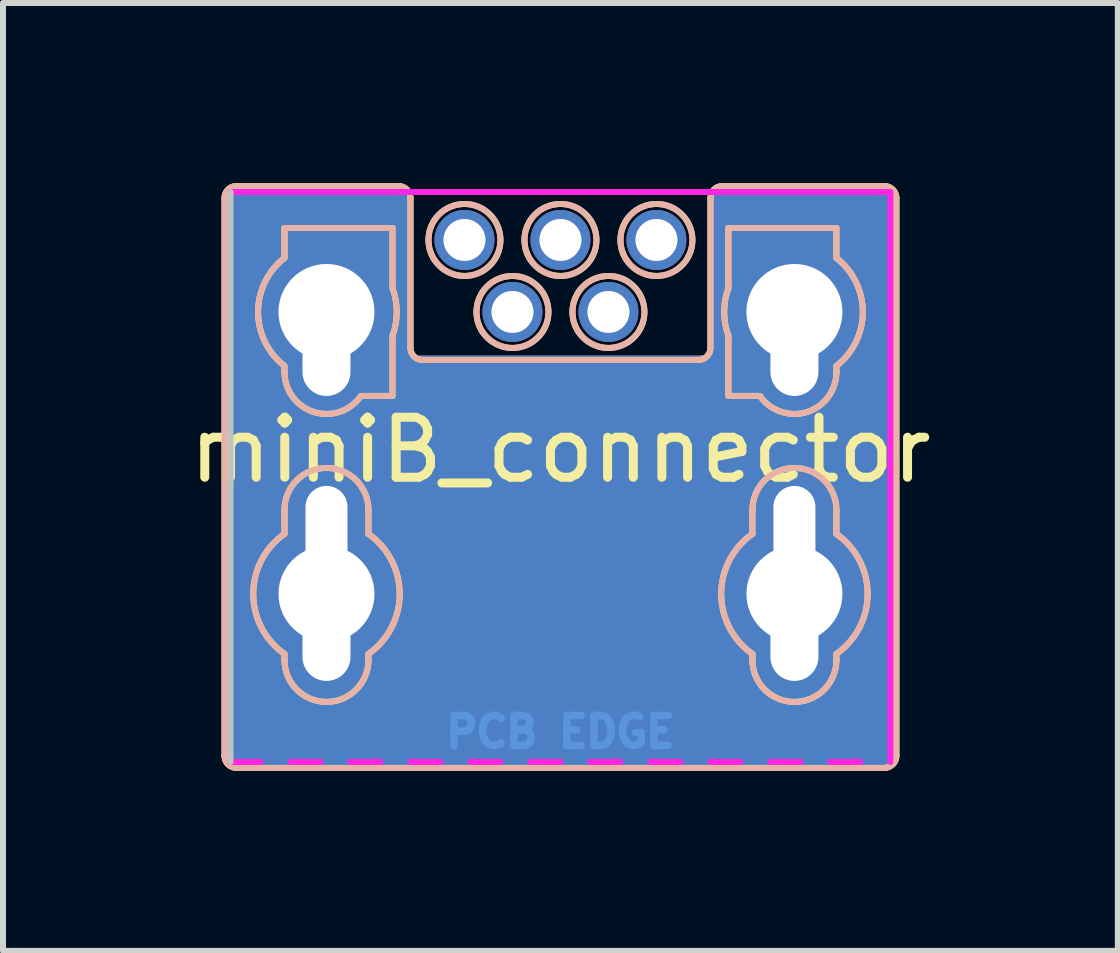
<source format=kicad_pcb>
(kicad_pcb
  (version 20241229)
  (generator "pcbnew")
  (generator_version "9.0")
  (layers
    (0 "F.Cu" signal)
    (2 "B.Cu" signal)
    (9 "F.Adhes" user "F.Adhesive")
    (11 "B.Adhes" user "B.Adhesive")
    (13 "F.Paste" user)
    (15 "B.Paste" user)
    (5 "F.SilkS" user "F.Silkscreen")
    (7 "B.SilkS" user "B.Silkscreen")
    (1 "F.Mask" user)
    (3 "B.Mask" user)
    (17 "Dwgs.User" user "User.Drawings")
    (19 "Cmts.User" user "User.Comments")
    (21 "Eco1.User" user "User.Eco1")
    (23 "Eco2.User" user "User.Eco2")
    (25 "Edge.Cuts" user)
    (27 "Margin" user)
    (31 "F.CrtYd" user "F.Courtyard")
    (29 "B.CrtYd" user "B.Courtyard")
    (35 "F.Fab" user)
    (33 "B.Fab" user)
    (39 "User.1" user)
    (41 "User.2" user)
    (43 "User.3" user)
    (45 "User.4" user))
  (footprint "miniB_connector"
    (layer "F.Cu")
    (at 6.292 2.15)
    (property "Reference" "miniB_connector" (at 0 2.3 0) (layer "F.SilkS") (effects (font (size 1 1) (thickness 0.15))))
    (attr through_hole)
    (fp_poly (pts (xy -5.5 -2) (xy -2.6 -2) (xy -2.6 0.8) (xy 2.6 0.8) (xy 2.6 -1.9) (xy 2.6 -2) (xy 5.5 -2) (xy 5.5 7.5) (xy -5.5 7.5)) (stroke (width 0.15) (type solid)) (fill yes) (layer "F.Cu"))
    (fp_poly (pts (xy -5.5 -2) (xy -2.6 -2) (xy -2.6 0.8) (xy 2.6 0.8) (xy 2.6 -1.9) (xy 2.6 -2) (xy 5.5 -2) (xy 5.5 7.5) (xy -5.5 7.5)) (stroke (width 0.15) (type solid)) (fill yes) (layer "B.Cu"))
    (fp_line (start -5.6 -1.9) (end -5.6 7.4) (stroke (width 0.1) (type solid)) (layer "F.SilkS"))
    (fp_line (start -5.4 7.6) (end 5.4 7.6) (stroke (width 0.1) (type solid)) (layer "F.SilkS"))
    (fp_line (start -4.6 -1.4) (end -2.8 -1.4) (stroke (width 0.1) (type solid)) (layer "F.SilkS"))
    (fp_line (start -4.6 -0.9) (end -4.6 -1.4) (stroke (width 0.1) (type solid)) (layer "F.SilkS"))
    (fp_line (start -4.6 0.9) (end -4.6 1) (stroke (width 0.1) (type solid)) (layer "F.SilkS"))
    (fp_line (start -4.6 3.3) (end -4.6 3.7) (stroke (width 0.1) (type solid)) (layer "F.SilkS"))
    (fp_line (start -4.6 5.8) (end -4.6 5.7) (stroke (width 0.1) (type solid)) (layer "F.SilkS"))
    (fp_line (start -3.32 1.4) (end -2.8 1.4) (stroke (width 0.1) (type solid)) (layer "F.SilkS"))
    (fp_line (start -3.2 3.3) (end -3.2 3.7) (stroke (width 0.1) (type solid)) (layer "F.SilkS"))
    (fp_line (start -3.2 5.8) (end -3.2 5.7) (stroke (width 0.1) (type solid)) (layer "F.SilkS"))
    (fp_line (start -2.8 -1.4) (end -2.8 -0.4) (stroke (width 0.1) (type solid)) (layer "F.SilkS"))
    (fp_line (start -2.8 0.4) (end -2.8 1.4) (stroke (width 0.1) (type solid)) (layer "F.SilkS"))
    (fp_line (start -2.7 -2.1) (end -5.4 -2.1) (stroke (width 0.1) (type solid)) (layer "F.SilkS"))
    (fp_line (start -2.5 0.6) (end -2.5 -1.9) (stroke (width 0.1) (type solid)) (layer "F.SilkS"))
    (fp_line (start 2.3 0.8) (end -2.3 0.8) (stroke (width 0.1) (type solid)) (layer "F.SilkS"))
    (fp_line (start 2.5 -1.9) (end 2.5 0.6) (stroke (width 0.1) (type solid)) (layer "F.SilkS"))
    (fp_line (start 2.8 -1.4) (end 2.8 -0.4) (stroke (width 0.1) (type solid)) (layer "F.SilkS"))
    (fp_line (start 2.8 0.4) (end 2.8 1.4) (stroke (width 0.1) (type solid)) (layer "F.SilkS"))
    (fp_line (start 3.2 3.3) (end 3.2 3.7) (stroke (width 0.1) (type solid)) (layer "F.SilkS"))
    (fp_line (start 3.2 5.8) (end 3.2 5.7) (stroke (width 0.1) (type solid)) (layer "F.SilkS"))
    (fp_line (start 3.32 1.4) (end 2.8 1.4) (stroke (width 0.1) (type solid)) (layer "F.SilkS"))
    (fp_line (start 4.6 -1.4) (end 2.8 -1.4) (stroke (width 0.1) (type solid)) (layer "F.SilkS"))
    (fp_line (start 4.6 -0.9) (end 4.6 -1.4) (stroke (width 0.1) (type solid)) (layer "F.SilkS"))
    (fp_line (start 4.6 0.9) (end 4.6 1) (stroke (width 0.1) (type solid)) (layer "F.SilkS"))
    (fp_line (start 4.6 3.3) (end 4.6 3.7) (stroke (width 0.1) (type solid)) (layer "F.SilkS"))
    (fp_line (start 4.6 5.8) (end 4.6 5.7) (stroke (width 0.1) (type solid)) (layer "F.SilkS"))
    (fp_line (start 5.4 -2.1) (end 2.7 -2.1) (stroke (width 0.1) (type solid)) (layer "F.SilkS"))
    (fp_line (start 5.6 7.4) (end 5.6 -1.9) (stroke (width 0.1) (type solid)) (layer "F.SilkS"))
    (fp_arc (start -5.6 -1.9) (mid -5.541421 -2.041421) (end -5.4 -2.1) (stroke (width 0.1) (type solid)) (layer "F.SilkS"))
    (fp_arc (start -5.4 7.6) (mid -5.541421 7.541421) (end -5.6 7.4) (stroke (width 0.1) (type solid)) (layer "F.SilkS"))
    (fp_arc (start -4.60392 0.896936) (mid -5.040172 -0.002488) (end -4.599999 -0.899999) (stroke (width 0.1) (type solid)) (layer "F.SilkS"))
    (fp_arc (start -4.600279 5.699804) (mid -5.120655 4.69983) (end -4.6 3.700001) (stroke (width 0.1) (type solid)) (layer "F.SilkS"))
    (fp_arc (start -4.6 3.3) (mid -3.9 2.6) (end -3.2 3.3) (stroke (width 0.1) (type solid)) (layer "F.SilkS"))
    (fp_arc (start -3.326594 1.401504) (mid -4.110494 1.667602) (end -4.6 1) (stroke (width 0.1) (type solid)) (layer "F.SilkS"))
    (fp_arc (start -3.200001 3.700001) (mid -2.679346 4.69983) (end -3.199722 5.699804) (stroke (width 0.1) (type solid)) (layer "F.SilkS"))
    (fp_arc (start -3.2 5.8) (mid -3.9 6.5) (end -4.6 5.8) (stroke (width 0.1) (type solid)) (layer "F.SilkS"))
    (fp_arc (start -2.800001 -0.4) (mid -2.729531 0) (end -2.800001 0.399999) (stroke (width 0.1) (type solid)) (layer "F.SilkS"))
    (fp_arc (start -2.7 -2.1) (mid -2.558579 -2.041421) (end -2.5 -1.9) (stroke (width 0.1) (type solid)) (layer "F.SilkS"))
    (fp_arc (start -2.3 0.8) (mid -2.441421 0.741421) (end -2.5 0.6) (stroke (width 0.1) (type solid)) (layer "F.SilkS"))
    (fp_arc (start 2.5 -1.9) (mid 2.558579 -2.041421) (end 2.7 -2.1) (stroke (width 0.1) (type solid)) (layer "F.SilkS"))
    (fp_arc (start 2.5 0.6) (mid 2.441421 0.741421) (end 2.3 0.8) (stroke (width 0.1) (type solid)) (layer "F.SilkS"))
    (fp_arc (start 2.800001 0.399999) (mid 2.729531 -0.000346) (end 2.800237 -0.400649) (stroke (width 0.1) (type solid)) (layer "F.SilkS"))
    (fp_arc (start 3.199722 5.699803) (mid 2.679346 4.699829) (end 3.200001 3.7) (stroke (width 0.1) (type solid)) (layer "F.SilkS"))
    (fp_arc (start 3.2 3.3) (mid 3.9 2.6) (end 4.6 3.3) (stroke (width 0.1) (type solid)) (layer "F.SilkS"))
    (fp_arc (start 4.599999 -0.899999) (mid 5.040171 -0.002488) (end 4.60392 0.896936) (stroke (width 0.1) (type solid)) (layer "F.SilkS"))
    (fp_arc (start 4.6 1) (mid 4.110494 1.667602) (end 3.326594 1.401504) (stroke (width 0.1) (type solid)) (layer "F.SilkS"))
    (fp_arc (start 4.6 3.7) (mid 5.120655 4.699829) (end 4.600279 5.699803) (stroke (width 0.1) (type solid)) (layer "F.SilkS"))
    (fp_arc (start 4.6 5.8) (mid 3.9 6.5) (end 3.2 5.8) (stroke (width 0.1) (type solid)) (layer "F.SilkS"))
    (fp_arc (start 5.4 -2.1) (mid 5.541421 -2.041421) (end 5.6 -1.9) (stroke (width 0.1) (type solid)) (layer "F.SilkS"))
    (fp_arc (start 5.6 7.4) (mid 5.541421 7.541421) (end 5.4 7.6) (stroke (width 0.1) (type solid)) (layer "F.SilkS"))
    (fp_circle (center -1.6 -1.2) (end -1 -1.2) (stroke (width 0.1) (type solid)) (fill no) (layer "F.SilkS"))
    (fp_circle (center -0.8 0) (end -0.2 0) (stroke (width 0.1) (type solid)) (fill no) (layer "F.SilkS"))
    (fp_circle (center 0 -1.2) (end 0.6 -1.2) (stroke (width 0.1) (type solid)) (fill no) (layer "F.SilkS"))
    (fp_circle (center 0.8 0) (end 1.4 0) (stroke (width 0.1) (type solid)) (fill no) (layer "F.SilkS"))
    (fp_circle (center 1.6 -1.2) (end 2.2 -1.2) (stroke (width 0.1) (type solid)) (fill no) (layer "F.SilkS"))
    (fp_line (start -5.6 -1.9) (end -5.6 7.4) (stroke (width 0.1) (type solid)) (layer "B.SilkS"))
    (fp_line (start -5.4 7.6) (end 5.4 7.6) (stroke (width 0.1) (type solid)) (layer "B.SilkS"))
    (fp_line (start -4.6 -1.4) (end -2.8 -1.4) (stroke (width 0.1) (type solid)) (layer "B.SilkS"))
    (fp_line (start -4.6 -0.9) (end -4.6 -1.4) (stroke (width 0.1) (type solid)) (layer "B.SilkS"))
    (fp_line (start -4.6 0.9) (end -4.6 1) (stroke (width 0.1) (type solid)) (layer "B.SilkS"))
    (fp_line (start -4.6 3.3) (end -4.6 3.7) (stroke (width 0.1) (type solid)) (layer "B.SilkS"))
    (fp_line (start -4.6 5.8) (end -4.6 5.7) (stroke (width 0.1) (type solid)) (layer "B.SilkS"))
    (fp_line (start -3.32 1.4) (end -2.8 1.4) (stroke (width 0.1) (type solid)) (layer "B.SilkS"))
    (fp_line (start -3.2 3.3) (end -3.2 3.7) (stroke (width 0.1) (type solid)) (layer "B.SilkS"))
    (fp_line (start -3.2 5.8) (end -3.2 5.7) (stroke (width 0.1) (type solid)) (layer "B.SilkS"))
    (fp_line (start -2.8 -1.4) (end -2.8 -0.4) (stroke (width 0.1) (type solid)) (layer "B.SilkS"))
    (fp_line (start -2.8 0.4) (end -2.8 1.4) (stroke (width 0.1) (type solid)) (layer "B.SilkS"))
    (fp_line (start -2.7 -2.1) (end -5.4 -2.1) (stroke (width 0.1) (type solid)) (layer "B.SilkS"))
    (fp_line (start -2.5 0.6) (end -2.5 -1.9) (stroke (width 0.1) (type solid)) (layer "B.SilkS"))
    (fp_line (start 2.3 0.8) (end -2.3 0.8) (stroke (width 0.1) (type solid)) (layer "B.SilkS"))
    (fp_line (start 2.5 -1.9) (end 2.5 0.6) (stroke (width 0.1) (type solid)) (layer "B.SilkS"))
    (fp_line (start 2.8 -1.4) (end 2.8 -0.4) (stroke (width 0.1) (type solid)) (layer "B.SilkS"))
    (fp_line (start 2.8 0.4) (end 2.8 1.4) (stroke (width 0.1) (type solid)) (layer "B.SilkS"))
    (fp_line (start 3.2 3.3) (end 3.2 3.7) (stroke (width 0.1) (type solid)) (layer "B.SilkS"))
    (fp_line (start 3.2 5.8) (end 3.2 5.7) (stroke (width 0.1) (type solid)) (layer "B.SilkS"))
    (fp_line (start 3.32 1.4) (end 2.8 1.4) (stroke (width 0.1) (type solid)) (layer "B.SilkS"))
    (fp_line (start 4.6 -1.4) (end 2.8 -1.4) (stroke (width 0.1) (type solid)) (layer "B.SilkS"))
    (fp_line (start 4.6 -0.9) (end 4.6 -1.4) (stroke (width 0.1) (type solid)) (layer "B.SilkS"))
    (fp_line (start 4.6 0.9) (end 4.6 1) (stroke (width 0.1) (type solid)) (layer "B.SilkS"))
    (fp_line (start 4.6 3.3) (end 4.6 3.7) (stroke (width 0.1) (type solid)) (layer "B.SilkS"))
    (fp_line (start 4.6 5.8) (end 4.6 5.7) (stroke (width 0.1) (type solid)) (layer "B.SilkS"))
    (fp_line (start 5.4 -2.1) (end 2.7 -2.1) (stroke (width 0.1) (type solid)) (layer "B.SilkS"))
    (fp_line (start 5.6 7.4) (end 5.6 -1.9) (stroke (width 0.1) (type solid)) (layer "B.SilkS"))
    (fp_arc (start -5.6 -1.9) (mid -5.541421 -2.041421) (end -5.4 -2.1) (stroke (width 0.1) (type solid)) (layer "B.SilkS"))
    (fp_arc (start -5.4 7.6) (mid -5.541421 7.541421) (end -5.6 7.4) (stroke (width 0.1) (type solid)) (layer "B.SilkS"))
    (fp_arc (start -4.60392 0.896936) (mid -5.040172 -0.002488) (end -4.599999 -0.899999) (stroke (width 0.1) (type solid)) (layer "B.SilkS"))
    (fp_arc (start -4.600279 5.699804) (mid -5.120655 4.69983) (end -4.6 3.700001) (stroke (width 0.1) (type solid)) (layer "B.SilkS"))
    (fp_arc (start -4.6 3.3) (mid -3.9 2.6) (end -3.2 3.3) (stroke (width 0.1) (type solid)) (layer "B.SilkS"))
    (fp_arc (start -3.326594 1.401504) (mid -4.110494 1.667602) (end -4.6 1) (stroke (width 0.1) (type solid)) (layer "B.SilkS"))
    (fp_arc (start -3.200001 3.700001) (mid -2.679346 4.69983) (end -3.199722 5.699804) (stroke (width 0.1) (type solid)) (layer "B.SilkS"))
    (fp_arc (start -3.2 5.8) (mid -3.9 6.5) (end -4.6 5.8) (stroke (width 0.1) (type solid)) (layer "B.SilkS"))
    (fp_arc (start -2.800237 -0.400649) (mid -2.729531 -0.000346) (end -2.800001 0.399999) (stroke (width 0.1) (type solid)) (layer "B.SilkS"))
    (fp_arc (start -2.7 -2.1) (mid -2.558579 -2.041421) (end -2.5 -1.9) (stroke (width 0.1) (type solid)) (layer "B.SilkS"))
    (fp_arc (start -2.3 0.8) (mid -2.441421 0.741421) (end -2.5 0.6) (stroke (width 0.1) (type solid)) (layer "B.SilkS"))
    (fp_arc (start 2.5 -1.9) (mid 2.558579 -2.041421) (end 2.7 -2.1) (stroke (width 0.1) (type solid)) (layer "B.SilkS"))
    (fp_arc (start 2.5 0.6) (mid 2.441421 0.741421) (end 2.3 0.8) (stroke (width 0.1) (type solid)) (layer "B.SilkS"))
    (fp_arc (start 2.800001 0.399999) (mid 2.729531 -0.000346) (end 2.800237 -0.400649) (stroke (width 0.1) (type solid)) (layer "B.SilkS"))
    (fp_arc (start 3.199722 5.699803) (mid 2.679346 4.699829) (end 3.200001 3.7) (stroke (width 0.1) (type solid)) (layer "B.SilkS"))
    (fp_arc (start 3.2 3.3) (mid 3.9 2.6) (end 4.6 3.3) (stroke (width 0.1) (type solid)) (layer "B.SilkS"))
    (fp_arc (start 4.599999 -0.899999) (mid 5.040171 -0.002488) (end 4.60392 0.896936) (stroke (width 0.1) (type solid)) (layer "B.SilkS"))
    (fp_arc (start 4.6 1) (mid 4.110494 1.667602) (end 3.326594 1.401504) (stroke (width 0.1) (type solid)) (layer "B.SilkS"))
    (fp_arc (start 4.6 3.7) (mid 5.120655 4.699829) (end 4.600279 5.699803) (stroke (width 0.1) (type solid)) (layer "B.SilkS"))
    (fp_arc (start 4.6 5.8) (mid 3.9 6.5) (end 3.2 5.8) (stroke (width 0.1) (type solid)) (layer "B.SilkS"))
    (fp_arc (start 5.4 -2.1) (mid 5.541421 -2.041421) (end 5.6 -1.9) (stroke (width 0.1) (type solid)) (layer "B.SilkS"))
    (fp_arc (start 5.6 7.4) (mid 5.541421 7.541421) (end 5.4 7.6) (stroke (width 0.1) (type solid)) (layer "B.SilkS"))
    (fp_circle (center -1.6 -1.2) (end -1 -1.2) (stroke (width 0.1) (type solid)) (fill no) (layer "B.SilkS"))
    (fp_circle (center -0.8 0) (end -0.2 0) (stroke (width 0.1) (type solid)) (fill no) (layer "B.SilkS"))
    (fp_circle (center 0 -1.2) (end 0.6 -1.2) (stroke (width 0.1) (type solid)) (fill no) (layer "B.SilkS"))
    (fp_circle (center 0.8 0) (end 1.4 0) (stroke (width 0.1) (type solid)) (fill no) (layer "B.SilkS"))
    (fp_circle (center 1.6 -1.2) (end 2.2 -1.2) (stroke (width 0.1) (type solid)) (fill no) (layer "B.SilkS"))
    (fp_line (start -5.5 -2) (end -5.5 7.5) (stroke (width 0.1) (type solid)) (layer "Dwgs.User"))
    (fp_line (start -5.5 7.5) (end -5 7.5) (stroke (width 0.1) (type solid)) (layer "F.CrtYd"))
    (fp_line (start -4.5 7.5) (end -4 7.5) (stroke (width 0.1) (type solid)) (layer "F.CrtYd"))
    (fp_line (start -3.5 7.5) (end -3 7.5) (stroke (width 0.1) (type solid)) (layer "F.CrtYd"))
    (fp_line (start -2.5 7.5) (end -2 7.5) (stroke (width 0.1) (type solid)) (layer "F.CrtYd"))
    (fp_line (start -1.5 7.5) (end -1 7.5) (stroke (width 0.1) (type solid)) (layer "F.CrtYd"))
    (fp_line (start -0.5 7.5) (end 0 7.5) (stroke (width 0.1) (type solid)) (layer "F.CrtYd"))
    (fp_line (start 0.5 7.5) (end 1 7.5) (stroke (width 0.1) (type solid)) (layer "F.CrtYd"))
    (fp_line (start 1.5 7.5) (end 2 7.5) (stroke (width 0.1) (type solid)) (layer "F.CrtYd"))
    (fp_line (start 2.5 7.5) (end 3 7.5) (stroke (width 0.1) (type solid)) (layer "F.CrtYd"))
    (fp_line (start 3.5 7.5) (end 4 7.5) (stroke (width 0.1) (type solid)) (layer "F.CrtYd"))
    (fp_line (start 4.5 7.5) (end 5 7.5) (stroke (width 0.1) (type solid)) (layer "F.CrtYd"))
    (fp_line (start 5.5 -2) (end -5.5 -2) (stroke (width 0.1) (type solid)) (layer "F.CrtYd"))
    (fp_line (start 5.5 7.5) (end 5.5 -2) (stroke (width 0.1) (type solid)) (layer "F.CrtYd"))
    (fp_text user "PCB EDGE" (at 0 7 0) (layer "Cmts.User") (effects (font (size 0.5 0.5) (thickness 0.125))))
    (pad "1" thru_hole circle (at -1.6 -1.2) (size 1 1) (drill 0.7) (layers "*.Cu" "*.Mask"))
    (pad "2" thru_hole circle (at -0.8 0) (size 1 1) (drill 0.7) (layers "*.Cu" "*.Mask"))
    (pad "3" thru_hole circle (at 0 -1.2) (size 1 1) (drill 0.7) (layers "*.Cu" "*.Mask"))
    (pad "4" thru_hole circle (at 0.8 0) (size 1 1) (drill 0.7) (layers "*.Cu" "*.Mask"))
    (pad "5" thru_hole circle (at 1.6 -1.2) (size 1 1) (drill 0.7) (layers "*.Cu" "*.Mask"))
    (pad "6" thru_hole custom (at -3.9 0) (size 2.1 2.1) (drill 1.6) (layers "*.Cu" "*.Mask") (options (anchor circle)) (primitives (gr_line (start -0.5 0.8) (end 0.9 0.5) (width 0.127)) (gr_line (start 0.9 -1.2) (end 0.9 -0.3) (width 0.127)) (gr_poly (pts (xy -0.5 0.8) (xy 0.9 0.5) (xy 0.9 1.2) (xy -0.5 1.2)) (width 0.15) (fill yes)) (gr_line (start -0.5 -1.2) (end 0.9 -1.2) (width 0.127)) (gr_poly (pts (xy -0.5 -1.2) (xy 0.9 -1.2) (xy 0.9 -0.3) (xy -0.5 -0.8)) (width 0.15) (fill yes)) (gr_line (start 0.9 0.5) (end 0.9 1.2) (width 0.127)) (gr_line (start -0.5 -0.8) (end -0.5 -1.2) (width 0.127)) (gr_line (start -0.5 1.2) (end -0.5 0.8) (width 0.127)) (gr_line (start 0.9 1.2) (end -0.5 1.2) (width 0.127)) (gr_line (start 0.9 -0.3) (end -0.5 -0.8) (width 0.127))))
    (pad "6" thru_hole oval (at -3.9 0.45) (size 1.2 2.3) (drill oval 0.8 1.9) (layers "*.Cu" "*.Mask"))
    (pad "6" thru_hole oval (at -3.9 3.85) (size 1.1 2.3) (drill oval 0.7 1.9) (layers "*.Cu" "*.Mask"))
    (pad "6" thru_hole circle (at -3.9 4.7) (size 2.1 2.1) (drill 1.6) (layers "*.Cu" "*.Mask"))
    (pad "6" thru_hole oval (at -3.9 5.2 180) (size 1.2 2.3) (drill oval 0.8 1.9) (layers "*.Cu" "*.Mask"))
    (pad "6" thru_hole custom (at 3.9 0 180) (size 2.1 2.1) (drill 1.6) (layers "*.Cu" "*.Mask") (options (anchor circle)) (primitives (gr_line (start -0.5 0.8) (end 0.9 0.5) (width 0.127)) (gr_line (start 0.9 -1.2) (end 0.9 -0.3) (width 0.127)) (gr_poly (pts (xy -0.5 0.8) (xy 0.9 0.5) (xy 0.9 1.2) (xy -0.5 1.2)) (width 0.15) (fill yes)) (gr_line (start -0.5 -1.2) (end 0.9 -1.2) (width 0.127)) (gr_poly (pts (xy -0.5 -1.2) (xy 0.9 -1.2) (xy 0.9 -0.3) (xy -0.5 -0.8)) (width 0.15) (fill yes)) (gr_line (start 0.9 0.5) (end 0.9 1.2) (width 0.127)) (gr_line (start -0.5 -0.8) (end -0.5 -1.2) (width 0.127)) (gr_line (start -0.5 1.2) (end -0.5 0.8) (width 0.127)) (gr_line (start 0.9 1.2) (end -0.5 1.2) (width 0.127)) (gr_line (start 0.9 -0.3) (end -0.5 -0.8) (width 0.127))))
    (pad "6" thru_hole oval (at 3.9 0.45) (size 1.2 2.3) (drill oval 0.8 1.9) (layers "*.Cu" "*.Mask"))
    (pad "6" thru_hole oval (at 3.9 3.85) (size 1.1 2.3) (drill oval 0.7 1.9) (layers "*.Cu" "*.Mask"))
    (pad "6" thru_hole circle (at 3.9 4.7) (size 2.1 2.1) (drill 1.6) (layers "*.Cu" "*.Mask"))
    (pad "6" thru_hole oval (at 3.9 5.2 180) (size 1.2 2.3) (drill oval 0.8 1.9) (layers "*.Cu" "*.Mask")))
  (gr_rect
    (start -3 -3)
    (end 15.583 12.8)
    (stroke (width 0.1) (type default))
    (fill no)
    (layer "Edge.Cuts")))
</source>
